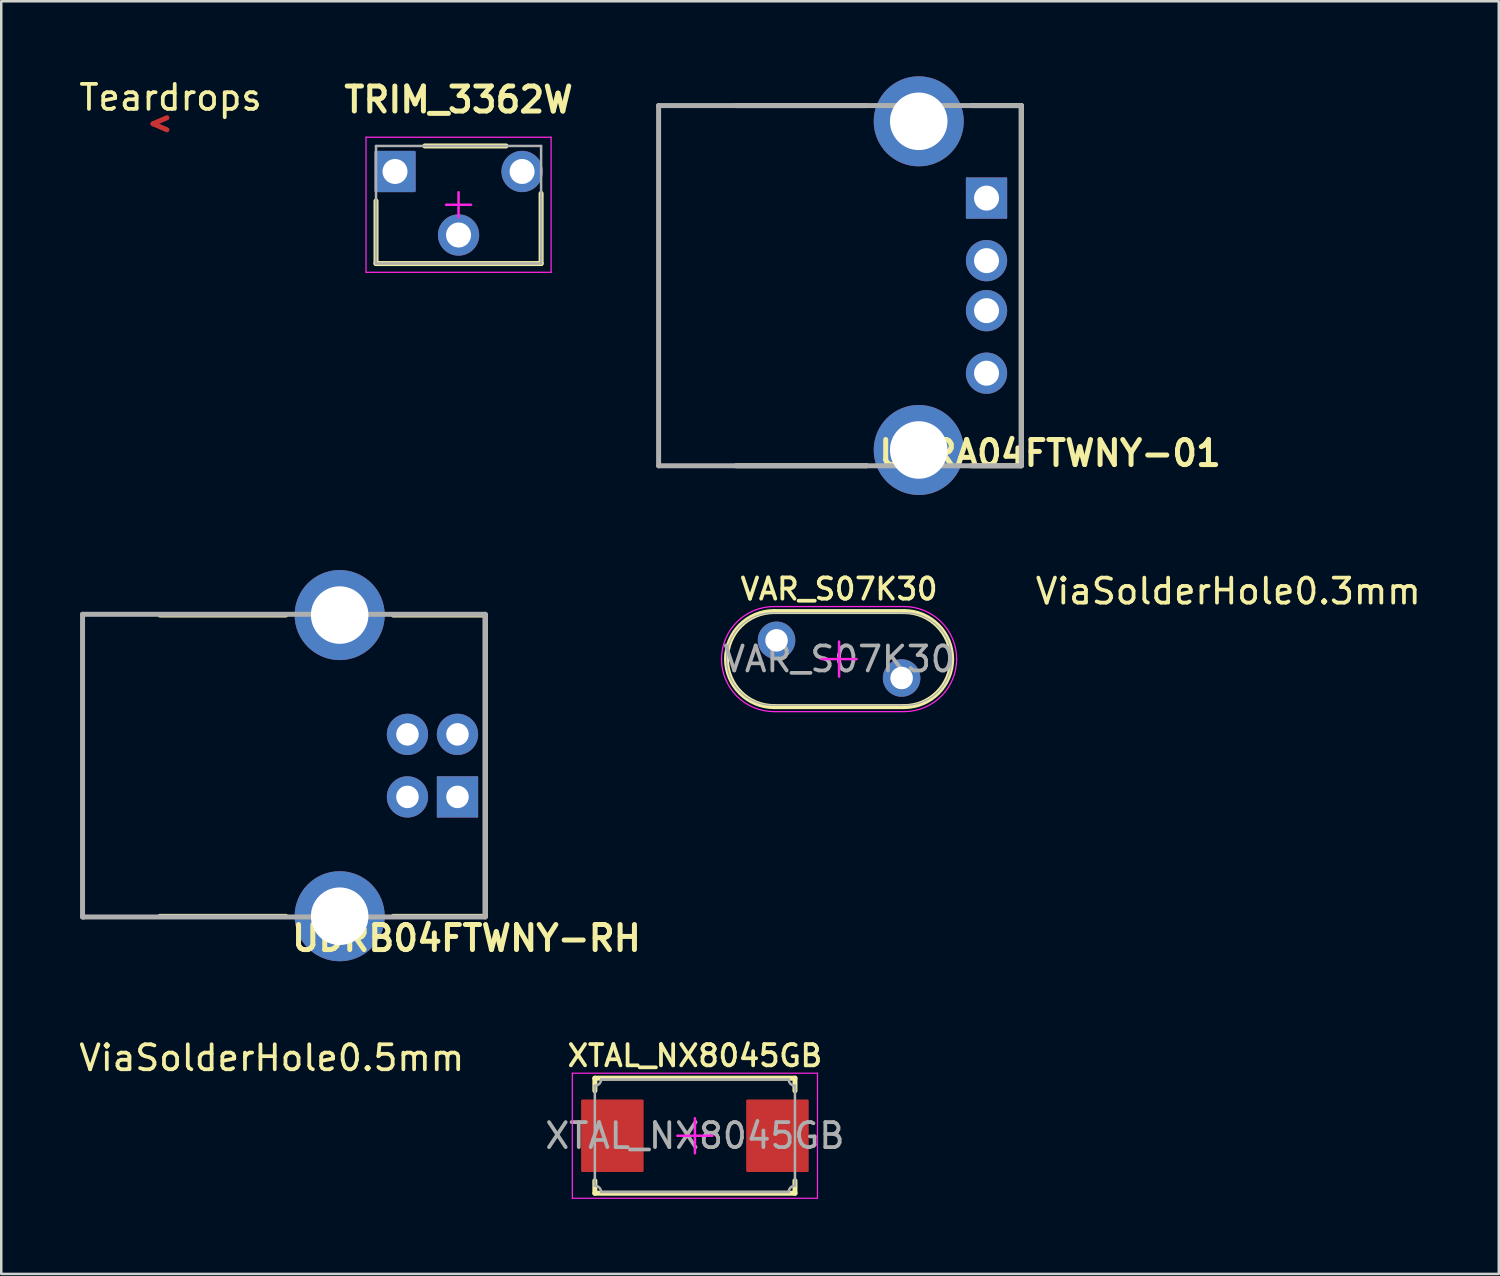
<source format=kicad_pcb>
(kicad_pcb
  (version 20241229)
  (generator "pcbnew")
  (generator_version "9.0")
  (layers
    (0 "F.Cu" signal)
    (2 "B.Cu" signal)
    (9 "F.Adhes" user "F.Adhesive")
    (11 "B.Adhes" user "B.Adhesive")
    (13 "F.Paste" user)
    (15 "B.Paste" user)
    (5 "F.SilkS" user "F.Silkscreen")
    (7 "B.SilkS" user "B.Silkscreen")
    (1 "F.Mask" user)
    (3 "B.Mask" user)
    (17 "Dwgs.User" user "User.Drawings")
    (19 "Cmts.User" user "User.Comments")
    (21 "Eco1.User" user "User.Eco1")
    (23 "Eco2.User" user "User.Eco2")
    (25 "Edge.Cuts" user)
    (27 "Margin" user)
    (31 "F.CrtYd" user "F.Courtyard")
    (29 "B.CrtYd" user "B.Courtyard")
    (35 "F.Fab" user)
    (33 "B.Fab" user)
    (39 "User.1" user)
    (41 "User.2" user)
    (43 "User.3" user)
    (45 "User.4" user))
  (footprint "VAR_S07K30"
    (layer "F.Cu")
    (at 30.496 23.3)
    (property "Reference" "VAR_S07K30" (at 0 -2.8 180) (layer "F.SilkS") (effects (font (size 0.85 0.85) (thickness 0.15))))
    (attr through_hole)
    (fp_line (start -2.6 -1.9) (end 2.6 -1.9) (stroke (width 0.2) (type solid)) (layer "F.SilkS"))
    (fp_line (start 2.6 1.9) (end -2.6 1.9) (stroke (width 0.2) (type solid)) (layer "F.SilkS"))
    (fp_arc (start -4.5 0) (mid -3.943503 -1.343503) (end -2.6 -1.9) (stroke (width 0.2) (type solid)) (layer "F.SilkS"))
    (fp_arc (start -2.6 1.9) (mid -3.943503 1.343503) (end -4.5 0) (stroke (width 0.2) (type solid)) (layer "F.SilkS"))
    (fp_arc (start 2.6 -1.9) (mid 3.943503 -1.343503) (end 4.5 0) (stroke (width 0.2) (type solid)) (layer "F.SilkS"))
    (fp_arc (start 4.5 0) (mid 3.943503 1.343503) (end 2.6 1.9) (stroke (width 0.2) (type solid)) (layer "F.SilkS"))
    (fp_line (start -2.6 -2.1) (end 2.6 -2.1) (stroke (width 0.05) (type solid)) (layer "F.CrtYd"))
    (fp_line (start 0 -0.7) (end 0 0.7) (stroke (width 0.1) (type solid)) (layer "F.CrtYd"))
    (fp_line (start 0.7 0) (end -0.7 0) (stroke (width 0.1) (type solid)) (layer "F.CrtYd"))
    (fp_line (start 2.6 2.1) (end -2.6 2.1) (stroke (width 0.05) (type solid)) (layer "F.CrtYd"))
    (fp_arc (start -4.7 0) (mid -4.084924 -1.484924) (end -2.6 -2.1) (stroke (width 0.05) (type solid)) (layer "F.CrtYd"))
    (fp_arc (start -2.6 2.1) (mid -4.084924 1.484924) (end -4.7 0) (stroke (width 0.05) (type solid)) (layer "F.CrtYd"))
    (fp_arc (start 2.6 -2.1) (mid 4.084924 -1.484924) (end 4.7 0) (stroke (width 0.05) (type solid)) (layer "F.CrtYd"))
    (fp_arc (start 4.7 0) (mid 4.084924 1.484924) (end 2.6 2.1) (stroke (width 0.05) (type solid)) (layer "F.CrtYd"))
    (fp_line (start -2.65 -1.85) (end 2.65 -1.85) (stroke (width 0.05) (type solid)) (layer "F.Fab"))
    (fp_line (start 2.65 1.85) (end -2.65 1.85) (stroke (width 0.05) (type solid)) (layer "F.Fab"))
    (fp_arc (start -4.5 0) (mid -3.959289 -1.307005) (end -2.653229 -1.849997) (stroke (width 0.05) (type solid)) (layer "F.Fab"))
    (fp_arc (start -2.65 1.85) (mid -3.958148 1.308148) (end -4.5 0) (stroke (width 0.05) (type solid)) (layer "F.Fab"))
    (fp_arc (start 2.65 -1.85) (mid 3.958148 -1.308148) (end 4.5 0) (stroke (width 0.05) (type solid)) (layer "F.Fab"))
    (fp_arc (start 4.5 0) (mid 3.958148 1.308148) (end 2.65 1.85) (stroke (width 0.05) (type solid)) (layer "F.Fab"))
    (fp_circle (center -2.5 -0.75) (end -2.2 -0.75) (stroke (width 0.05) (type solid)) (fill no) (layer "F.Fab"))
    (fp_circle (center 2.5 0.75) (end 2.8 0.75) (stroke (width 0.05) (type solid)) (fill no) (layer "F.Fab"))
    (fp_text user "${REFERENCE}" (at 0 0 0) (layer "F.Fab") (effects (font (size 1 1) (thickness 0.15))))
    (pad "1" thru_hole circle (at -2.5 -0.75) (size 1.5 1.5) (drill 0.9) (layers "*.Cu" "*.Mask"))
    (pad "2" thru_hole circle (at 2.5 0.756) (size 1.5 1.5) (drill 0.9) (layers "*.Cu" "*.Mask")))
  (footprint "XTAL_NX8045GB"
    (layer "F.Cu")
    (at 24.732 42.356)
    (property "Reference" "XTAL_NX8045GB" (at 0 -3.2 180) (layer "F.SilkS") (effects (font (size 0.85 0.85) (thickness 0.15))))
    (attr smd)
    (fp_line (start -4 -2.3) (end -4 -1.8) (stroke (width 0.2) (type solid)) (layer "F.SilkS"))
    (fp_line (start -4 -2.3) (end 4 -2.3) (stroke (width 0.2) (type solid)) (layer "F.SilkS"))
    (fp_line (start -4 2.3) (end -4 1.8) (stroke (width 0.2) (type solid)) (layer "F.SilkS"))
    (fp_line (start 4 -2.3) (end 4 -1.8) (stroke (width 0.2) (type solid)) (layer "F.SilkS"))
    (fp_line (start 4 1.8) (end 4 2.3) (stroke (width 0.2) (type solid)) (layer "F.SilkS"))
    (fp_line (start 4 2.3) (end -4 2.3) (stroke (width 0.2) (type solid)) (layer "F.SilkS"))
    (fp_line (start -4.9 -2.5) (end -4.9 2.5) (stroke (width 0.05) (type solid)) (layer "F.CrtYd"))
    (fp_line (start -4.9 2.5) (end 4.9 2.5) (stroke (width 0.05) (type solid)) (layer "F.CrtYd"))
    (fp_line (start 0 -0.7) (end 0 0.7) (stroke (width 0.1) (type solid)) (layer "F.CrtYd"))
    (fp_line (start 0.7 0) (end -0.7 0) (stroke (width 0.1) (type solid)) (layer "F.CrtYd"))
    (fp_line (start 4.9 -2.5) (end -4.9 -2.5) (stroke (width 0.05) (type solid)) (layer "F.CrtYd"))
    (fp_line (start 4.9 2.5) (end 4.9 -2.5) (stroke (width 0.05) (type solid)) (layer "F.CrtYd"))
    (fp_line (start -4 -2) (end -4 2) (stroke (width 0.1) (type solid)) (layer "F.Fab"))
    (fp_line (start -3.75 2.25) (end 3.75 2.25) (stroke (width 0.1) (type solid)) (layer "F.Fab"))
    (fp_line (start 3.75 -2.25) (end -3.75 -2.25) (stroke (width 0.1) (type solid)) (layer "F.Fab"))
    (fp_line (start 4 2) (end 4 -2) (stroke (width 0.1) (type solid)) (layer "F.Fab"))
    (fp_arc (start -4 2) (mid -3.823223 2.073223) (end -3.75 2.25) (stroke (width 0.1) (type solid)) (layer "F.Fab"))
    (fp_arc (start -3.75 -2.25) (mid -3.823223 -2.073223) (end -4 -2) (stroke (width 0.1) (type solid)) (layer "F.Fab"))
    (fp_arc (start 3.75 2.25) (mid 3.823223 2.073223) (end 4 2) (stroke (width 0.1) (type solid)) (layer "F.Fab"))
    (fp_arc (start 4 -2) (mid 3.823223 -2.073223) (end 3.75 -2.25) (stroke (width 0.1) (type solid)) (layer "F.Fab"))
    (fp_text user "${REFERENCE}" (at 0 0 0) (layer "F.Fab") (effects (font (size 1 1) (thickness 0.15))))
    (pad "1" smd roundrect (at -3.3 0) (size 2.5 2.9) (layers "F.Cu" "F.Mask" "F.Paste") (roundrect_rratio 0.02))
    (pad "2" smd roundrect (at 3.3 0) (size 2.5 2.9) (layers "F.Cu" "F.Mask" "F.Paste") (roundrect_rratio 0.02)))
  (footprint "UDRA04FTWNY-01"
    (layer "F.Cu")
    (at 23.281 8.37)
    (property "Reference" "UDRA04FTWNY-01" (at 15.65 6.7 0) (layer "F.SilkS") (effects (font (size 1 1) (thickness 0.2))))
    (attr through_hole)
    (fp_line (start 12.335 -4.275) (end 12.335 -2.725) (stroke (width 0.1) (type solid)) (layer "F.Cu"))
    (fp_line (start 12.335 -2.725) (end 13.885 -2.725) (stroke (width 0.1) (type solid)) (layer "F.Cu"))
    (fp_line (start 13.885 -4.275) (end 12.335 -4.275) (stroke (width 0.1) (type solid)) (layer "F.Cu"))
    (fp_line (start 13.885 -2.725) (end 13.885 -4.275) (stroke (width 0.1) (type solid)) (layer "F.Cu"))
    (fp_line (start 12.285 -4.325) (end 13.935 -4.325) (stroke (width 0.2) (type solid)) (layer "F.Mask"))
    (fp_line (start 12.285 -2.675) (end 12.285 -4.325) (stroke (width 0.2) (type solid)) (layer "F.Mask"))
    (fp_line (start 13.935 -4.325) (end 13.935 -2.675) (stroke (width 0.2) (type solid)) (layer "F.Mask"))
    (fp_line (start 13.935 -2.675) (end 12.285 -2.675) (stroke (width 0.2) (type solid)) (layer "F.Mask"))
    (fp_line (start 12.335 -4.275) (end 13.885 -4.275) (stroke (width 0.1) (type solid)) (layer "B.Cu"))
    (fp_line (start 12.335 -2.725) (end 12.335 -4.275) (stroke (width 0.1) (type solid)) (layer "B.Cu"))
    (fp_line (start 13.885 -4.275) (end 13.885 -2.725) (stroke (width 0.1) (type solid)) (layer "B.Cu"))
    (fp_line (start 13.885 -2.725) (end 12.335 -2.725) (stroke (width 0.1) (type solid)) (layer "B.Cu"))
    (fp_line (start 12.285 -4.325) (end 13.935 -4.325) (stroke (width 0.2) (type solid)) (layer "B.Mask"))
    (fp_line (start 12.285 -2.675) (end 12.285 -4.325) (stroke (width 0.2) (type solid)) (layer "B.Mask"))
    (fp_line (start 13.935 -4.325) (end 13.935 -2.675) (stroke (width 0.2) (type solid)) (layer "B.Mask"))
    (fp_line (start 13.935 -2.675) (end 12.285 -2.675) (stroke (width 0.2) (type solid)) (layer "B.Mask"))
    (fp_line (start 3.1 -7.2) (end 8.3 -7.2) (stroke (width 0.2) (type solid)) (layer "F.SilkS"))
    (fp_line (start 8.3 7.2) (end 3.1 7.2) (stroke (width 0.2) (type solid)) (layer "F.SilkS"))
    (fp_line (start 14.5 -7.2) (end 12.5 -7.2) (stroke (width 0.2) (type solid)) (layer "F.SilkS"))
    (fp_line (start 14.5 -7.2) (end 14.5 7.2) (stroke (width 0.2) (type solid)) (layer "F.SilkS"))
    (fp_line (start 14.5 7.2) (end 12.5 7.2) (stroke (width 0.2) (type solid)) (layer "F.SilkS"))
    (fp_line (start 0 -7.2) (end 8.3 -7.2) (stroke (width 0.2) (type solid)) (layer "F.Fab"))
    (fp_line (start 0 7.2) (end 0 -7.2) (stroke (width 0.2) (type solid)) (layer "F.Fab"))
    (fp_line (start 0 7.2) (end 8.3 7.2) (stroke (width 0.2) (type solid)) (layer "F.Fab"))
    (fp_line (start 8.3 7.2) (end 14.5 7.2) (stroke (width 0.2) (type solid)) (layer "F.Fab"))
    (fp_line (start 14.5 -7.2) (end 8.3 -7.2) (stroke (width 0.2) (type solid)) (layer "F.Fab"))
    (fp_line (start 14.5 7.2) (end 14.5 -7.2) (stroke (width 0.2) (type solid)) (layer "F.Fab"))
    (pad "1" thru_hole rect (at 13.11 -3.5) (size 1.55 1.55) (drill 1) (layers "*.Cu" "*.Mask"))
    (pad "2" thru_hole circle (at 13.11 -1) (size 1.65 1.65) (drill 1) (layers "*.Cu" "*.Mask"))
    (pad "3" thru_hole circle (at 13.11 1) (size 1.65 1.65) (drill 1) (layers "*.Cu" "*.Mask"))
    (pad "4" thru_hole circle (at 13.11 3.5) (size 1.65 1.65) (drill 1) (layers "*.Cu" "*.Mask"))
    (pad "G1" thru_hole circle (at 10.4 -6.57) (size 3.6 3.6) (drill 2.3) (layers "*.Cu" "*.Mask"))
    (pad "G2" thru_hole circle (at 10.4 6.57) (size 3.6 3.6) (drill 2.3) (layers "*.Cu" "*.Mask")))
  (footprint "UDRB04FTWNY-RH"
    (layer "F.Cu")
    (at 0.25 27.56)
    (property "Reference" "UDRB04FTWNY-RH" (at 15.35 6.9 0) (layer "F.SilkS") (effects (font (size 1 1) (thickness 0.2))))
    (attr through_hole)
    (fp_line (start 14.215 0.475) (end 15.765 0.475) (stroke (width 0.1) (type solid)) (layer "F.Cu"))
    (fp_line (start 14.215 2.025) (end 14.215 0.475) (stroke (width 0.1) (type solid)) (layer "F.Cu"))
    (fp_line (start 15.765 0.475) (end 15.765 2.025) (stroke (width 0.1) (type solid)) (layer "F.Cu"))
    (fp_line (start 15.765 2.025) (end 14.215 2.025) (stroke (width 0.1) (type solid)) (layer "F.Cu"))
    (fp_line (start 14.165 0.425) (end 15.815 0.425) (stroke (width 0.2) (type solid)) (layer "F.Mask"))
    (fp_line (start 14.165 2.075) (end 14.165 0.425) (stroke (width 0.2) (type solid)) (layer "F.Mask"))
    (fp_line (start 15.815 0.425) (end 15.815 2.075) (stroke (width 0.2) (type solid)) (layer "F.Mask"))
    (fp_line (start 15.815 2.075) (end 14.165 2.075) (stroke (width 0.2) (type solid)) (layer "F.Mask"))
    (fp_line (start 14.215 0.475) (end 15.765 0.475) (stroke (width 0.1) (type solid)) (layer "B.Cu"))
    (fp_line (start 14.215 2.025) (end 14.215 0.475) (stroke (width 0.1) (type solid)) (layer "B.Cu"))
    (fp_line (start 15.765 0.475) (end 15.765 2.025) (stroke (width 0.1) (type solid)) (layer "B.Cu"))
    (fp_line (start 15.765 2.025) (end 14.215 2.025) (stroke (width 0.1) (type solid)) (layer "B.Cu"))
    (fp_line (start 14.165 0.425) (end 15.815 0.425) (stroke (width 0.2) (type solid)) (layer "B.Mask"))
    (fp_line (start 14.165 2.075) (end 14.165 0.425) (stroke (width 0.2) (type solid)) (layer "B.Mask"))
    (fp_line (start 15.815 0.425) (end 15.815 2.075) (stroke (width 0.2) (type solid)) (layer "B.Mask"))
    (fp_line (start 15.815 2.075) (end 14.165 2.075) (stroke (width 0.2) (type solid)) (layer "B.Mask"))
    (fp_line (start 3.1 -6.02) (end 8.125 -6.02) (stroke (width 0.2) (type solid)) (layer "F.SilkS"))
    (fp_line (start 3.1 6.025) (end 8.125 6.025) (stroke (width 0.2) (type solid)) (layer "F.SilkS"))
    (fp_line (start 16.1 -6.02) (end 12.425 -6.02) (stroke (width 0.2) (type solid)) (layer "F.SilkS"))
    (fp_line (start 16.1 6.02) (end 16.1 -6.02) (stroke (width 0.2) (type solid)) (layer "F.SilkS"))
    (fp_line (start 16.1 6.025) (end 12.425 6.025) (stroke (width 0.2) (type solid)) (layer "F.SilkS"))
    (fp_line (start 0 -6.05) (end 16.1 -6.05) (stroke (width 0.2) (type solid)) (layer "F.Fab"))
    (fp_line (start 0 6.05) (end 0 -6.05) (stroke (width 0.2) (type solid)) (layer "F.Fab"))
    (fp_line (start 0.05 6.05) (end 0 6.05) (stroke (width 0.2) (type solid)) (layer "F.Fab"))
    (fp_line (start 16.1 -6.05) (end 16.1 6.05) (stroke (width 0.2) (type solid)) (layer "F.Fab"))
    (fp_line (start 16.1 6.05) (end 0.05 6.05) (stroke (width 0.2) (type solid)) (layer "F.Fab"))
    (pad "1" thru_hole rect (at 14.99 1.25) (size 1.55 1.55) (drill 0.9) (layers "*.Cu" "*.Mask"))
    (pad "2" thru_hole circle (at 14.99 -1.25) (size 1.65 1.65) (drill 0.9) (layers "*.Cu" "*.Mask"))
    (pad "3" thru_hole circle (at 12.99 -1.25) (size 1.65 1.65) (drill 0.9) (layers "*.Cu" "*.Mask"))
    (pad "4" thru_hole circle (at 12.99 1.25) (size 1.65 1.65) (drill 0.9) (layers "*.Cu" "*.Mask"))
    (pad "G1" thru_hole circle (at 10.28 -6.02) (size 3.6 3.6) (drill 2.3) (layers "*.Cu" "*.Mask"))
    (pad "G2" thru_hole circle (at 10.28 6.02) (size 3.6 3.6) (drill 2.3) (layers "*.Cu" "*.Mask")))
  (footprint "Teardrops"
    (layer "F.Cu")
    (at 3.693 1.898)
    (property "Reference" "Teardrops" (at 0.075 -1.05 0) (layer "F.SilkS") (effects (font (size 1 1) (thickness 0.15))))
    (attr through_hole)
    (fp_line (start -0.625 0) (end -0.07 -0.24) (stroke (width 0.2) (type solid)) (layer "F.Cu"))
    (fp_line (start -0.625 0) (end -0.07 0.24) (stroke (width 0.2) (type solid)) (layer "F.Cu")))
  (footprint "ViaSolderHole0.3mm"
    (layer "F.Cu")
    (at 46.031 21.488)
    (property "Reference" "ViaSolderHole0.3mm" (at 0.025 -0.9 0) (layer "F.SilkS") (effects (font (size 1 1) (thickness 0.15))))
    (attr through_hole)
    (fp_circle (center 0 0) (end 0.1 0) (stroke (width 0.2) (type solid)) (fill no) (layer "F.Mask"))
    (fp_circle (center 0 0) (end 0.125 0) (stroke (width 0.2) (type solid)) (fill no) (layer "F.Mask"))
    (fp_circle (center 0 0) (end 0.1 0) (stroke (width 0.2) (type solid)) (fill no) (layer "B.Mask"))
    (fp_circle (center 0 0) (end 0.125 0) (stroke (width 0.2) (type solid)) (fill no) (layer "B.Mask")))
  (footprint "ViaSolderHole0.5mm"
    (layer "F.Cu")
    (at 7.79 42.069)
    (property "Reference" "ViaSolderHole0.5mm" (at 0.025 -2.825 0) (layer "F.SilkS") (effects (font (size 1 1) (thickness 0.15))))
    (attr through_hole)
    (fp_circle (center 0 0) (end 0.1 0) (stroke (width 0.2) (type solid)) (fill no) (layer "F.Mask"))
    (fp_circle (center 0 0) (end 0.25 0) (stroke (width 0.2) (type solid)) (fill no) (layer "F.Mask"))
    (fp_circle (center 0 0) (end 0.1 0) (stroke (width 0.2) (type solid)) (fill no) (layer "B.Mask"))
    (fp_circle (center 0 0) (end 0.25 0) (stroke (width 0.2) (type solid)) (fill no) (layer "B.Mask")))
  (footprint "TRIM_3362W"
    (layer "F.Cu")
    (at 15.283 5.136)
    (property "Reference" "TRIM_3362W" (at 0 -4.2 180) (layer "F.SilkS") (effects (font (size 1 1) (thickness 0.2))))
    (attr through_hole)
    (fp_line (start -3.3 -0.15) (end -3.3 2.35) (stroke (width 0.2) (type solid)) (layer "F.SilkS"))
    (fp_line (start -3.3 2.35) (end 3.3 2.35) (stroke (width 0.2) (type solid)) (layer "F.SilkS"))
    (fp_line (start -1.35 -2.35) (end 1.9 -2.35) (stroke (width 0.2) (type solid)) (layer "F.SilkS"))
    (fp_line (start 3.3 2.35) (end 3.3 -0.45) (stroke (width 0.2) (type solid)) (layer "F.SilkS"))
    (fp_line (start -3.7 -2.7) (end 3.7 -2.7) (stroke (width 0.05) (type solid)) (layer "F.CrtYd"))
    (fp_line (start -3.7 2.7) (end -3.7 -2.7) (stroke (width 0.05) (type solid)) (layer "F.CrtYd"))
    (fp_line (start 0 -0.5) (end 0 0.5) (stroke (width 0.1) (type solid)) (layer "F.CrtYd"))
    (fp_line (start 0.5 0) (end -0.5 0) (stroke (width 0.1) (type solid)) (layer "F.CrtYd"))
    (fp_line (start 3.7 -2.7) (end 3.7 2.7) (stroke (width 0.05) (type solid)) (layer "F.CrtYd"))
    (fp_line (start 3.7 2.7) (end -3.7 2.7) (stroke (width 0.05) (type solid)) (layer "F.CrtYd"))
    (fp_line (start -3.3 -2.35) (end 3.3 -2.35) (stroke (width 0.1) (type solid)) (layer "F.Fab"))
    (fp_line (start -3.3 2.35) (end -3.3 -2.35) (stroke (width 0.1) (type solid)) (layer "F.Fab"))
    (fp_line (start 3.3 -2.35) (end 3.3 2.35) (stroke (width 0.1) (type solid)) (layer "F.Fab"))
    (fp_line (start 3.3 2.35) (end -3.3 2.35) (stroke (width 0.1) (type solid)) (layer "F.Fab"))
    (pad "1" thru_hole roundrect (at -2.54 -1.33) (size 1.65 1.65) (drill 1) (layers "*.Cu" "*.Mask") (roundrect_rratio 0.03))
    (pad "2" thru_hole circle (at 0 1.21) (size 1.65 1.65) (drill 1) (layers "*.Cu" "*.Mask"))
    (pad "3" thru_hole circle (at 2.54 -1.33) (size 1.65 1.65) (drill 1) (layers "*.Cu" "*.Mask")))
  (gr_rect
    (start -3 -3)
    (end 56.871 47.882)
    (stroke (width 0.1) (type default))
    (fill no)
    (layer "Edge.Cuts")))
</source>
